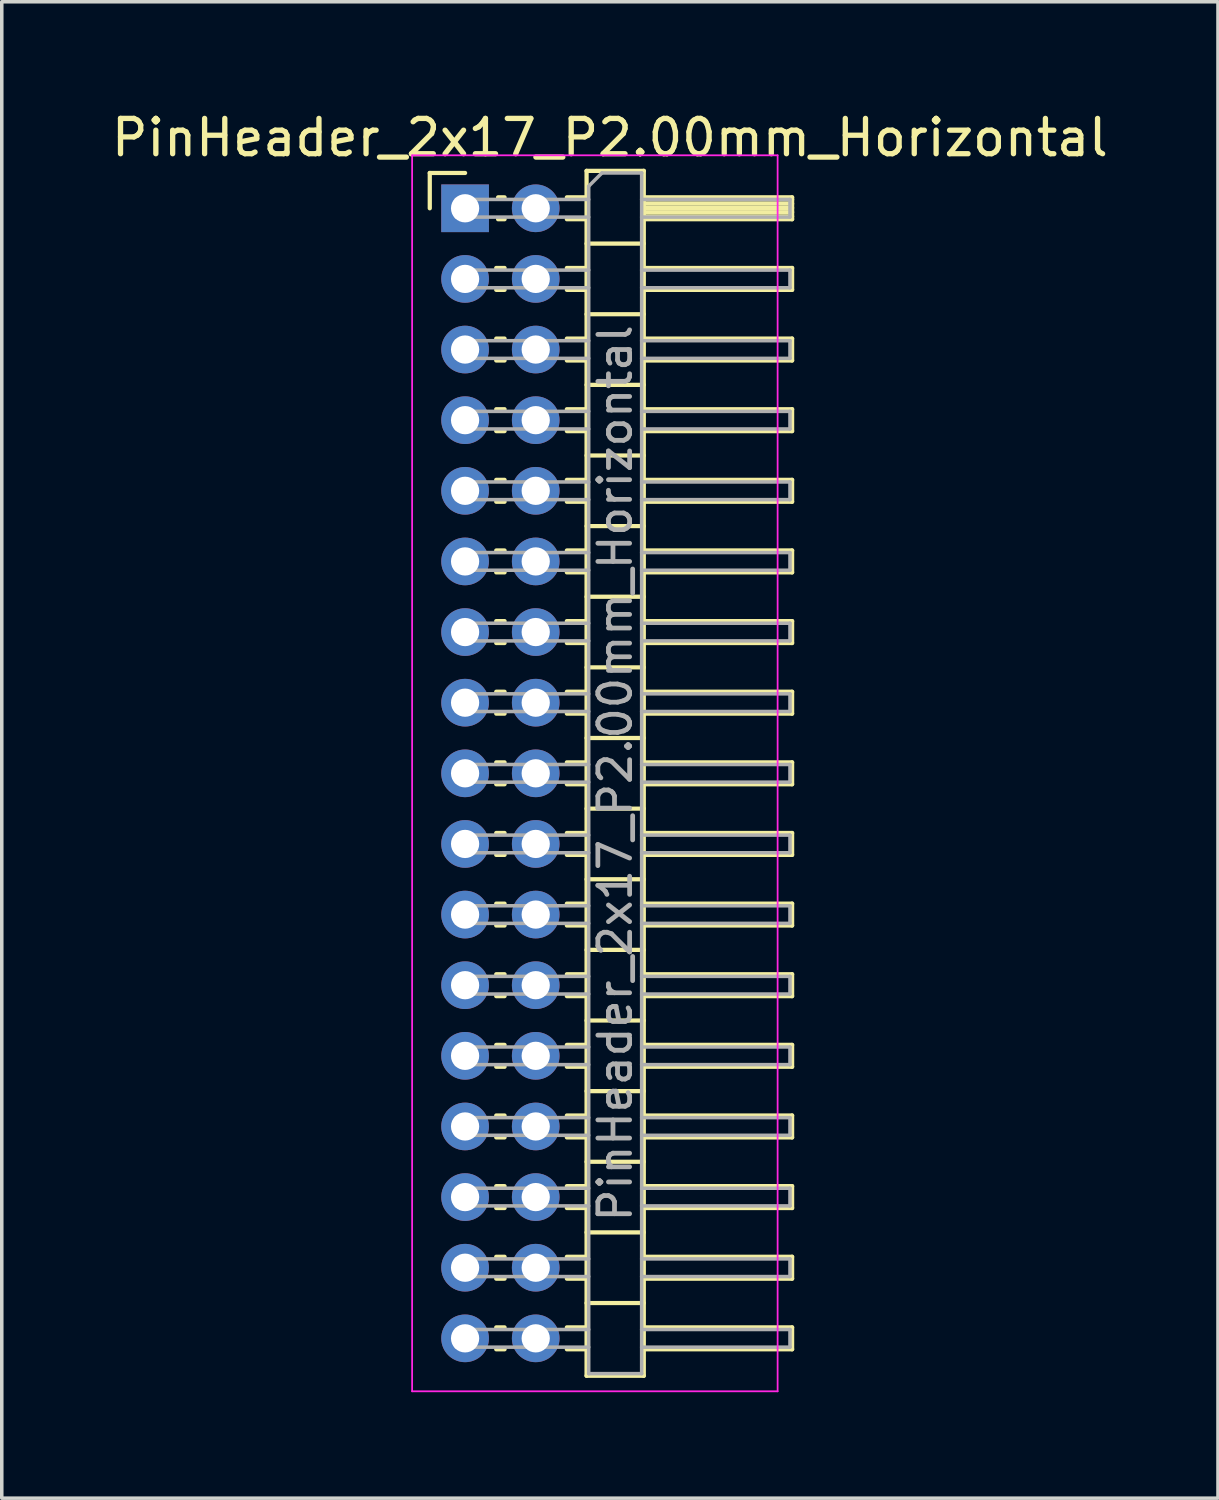
<source format=kicad_pcb>
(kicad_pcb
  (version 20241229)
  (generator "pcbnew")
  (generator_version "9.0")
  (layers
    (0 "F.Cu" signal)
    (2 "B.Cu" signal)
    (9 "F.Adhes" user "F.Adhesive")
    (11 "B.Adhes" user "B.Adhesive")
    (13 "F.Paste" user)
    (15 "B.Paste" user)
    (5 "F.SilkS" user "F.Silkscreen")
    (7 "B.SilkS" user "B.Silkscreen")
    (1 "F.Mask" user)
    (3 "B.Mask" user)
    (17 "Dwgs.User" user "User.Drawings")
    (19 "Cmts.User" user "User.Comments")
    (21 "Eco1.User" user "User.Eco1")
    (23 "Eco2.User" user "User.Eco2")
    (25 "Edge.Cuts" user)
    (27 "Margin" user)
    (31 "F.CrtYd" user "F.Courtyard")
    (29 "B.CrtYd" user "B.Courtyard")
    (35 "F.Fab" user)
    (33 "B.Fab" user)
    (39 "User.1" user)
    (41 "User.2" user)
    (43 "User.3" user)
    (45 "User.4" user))
  (footprint "PinHeader_2x17_P2.00mm_Horizontal"
    (layer "F.Cu")
    (at 10.12 2.848)
    (property "Reference" "PinHeader_2x17_P2.00mm_Horizontal" (at 4.1 -2 0) (layer "F.SilkS") (effects (font (size 1 1) (thickness 0.15))))
    (attr through_hole)
    (fp_line (start -1 -1) (end 0 -1) (stroke (width 0.12) (type solid)) (layer "F.SilkS"))
    (fp_line (start -1 0) (end -1 -1) (stroke (width 0.12) (type solid)) (layer "F.SilkS"))
    (fp_line (start 0.882 1.69) (end 1.118 1.69) (stroke (width 0.12) (type solid)) (layer "F.SilkS"))
    (fp_line (start 0.882 2.31) (end 1.118 2.31) (stroke (width 0.12) (type solid)) (layer "F.SilkS"))
    (fp_line (start 0.882 3.69) (end 1.118 3.69) (stroke (width 0.12) (type solid)) (layer "F.SilkS"))
    (fp_line (start 0.882 4.31) (end 1.118 4.31) (stroke (width 0.12) (type solid)) (layer "F.SilkS"))
    (fp_line (start 0.882 5.69) (end 1.118 5.69) (stroke (width 0.12) (type solid)) (layer "F.SilkS"))
    (fp_line (start 0.882 6.31) (end 1.118 6.31) (stroke (width 0.12) (type solid)) (layer "F.SilkS"))
    (fp_line (start 0.882 7.69) (end 1.118 7.69) (stroke (width 0.12) (type solid)) (layer "F.SilkS"))
    (fp_line (start 0.882 8.31) (end 1.118 8.31) (stroke (width 0.12) (type solid)) (layer "F.SilkS"))
    (fp_line (start 0.882 9.69) (end 1.118 9.69) (stroke (width 0.12) (type solid)) (layer "F.SilkS"))
    (fp_line (start 0.882 10.31) (end 1.118 10.31) (stroke (width 0.12) (type solid)) (layer "F.SilkS"))
    (fp_line (start 0.882 11.69) (end 1.118 11.69) (stroke (width 0.12) (type solid)) (layer "F.SilkS"))
    (fp_line (start 0.882 12.31) (end 1.118 12.31) (stroke (width 0.12) (type solid)) (layer "F.SilkS"))
    (fp_line (start 0.882 13.69) (end 1.118 13.69) (stroke (width 0.12) (type solid)) (layer "F.SilkS"))
    (fp_line (start 0.882 14.31) (end 1.118 14.31) (stroke (width 0.12) (type solid)) (layer "F.SilkS"))
    (fp_line (start 0.882 15.69) (end 1.118 15.69) (stroke (width 0.12) (type solid)) (layer "F.SilkS"))
    (fp_line (start 0.882 16.31) (end 1.118 16.31) (stroke (width 0.12) (type solid)) (layer "F.SilkS"))
    (fp_line (start 0.882 17.69) (end 1.118 17.69) (stroke (width 0.12) (type solid)) (layer "F.SilkS"))
    (fp_line (start 0.882 18.31) (end 1.118 18.31) (stroke (width 0.12) (type solid)) (layer "F.SilkS"))
    (fp_line (start 0.882 19.69) (end 1.118 19.69) (stroke (width 0.12) (type solid)) (layer "F.SilkS"))
    (fp_line (start 0.882 20.31) (end 1.118 20.31) (stroke (width 0.12) (type solid)) (layer "F.SilkS"))
    (fp_line (start 0.882 21.69) (end 1.118 21.69) (stroke (width 0.12) (type solid)) (layer "F.SilkS"))
    (fp_line (start 0.882 22.31) (end 1.118 22.31) (stroke (width 0.12) (type solid)) (layer "F.SilkS"))
    (fp_line (start 0.882 23.69) (end 1.118 23.69) (stroke (width 0.12) (type solid)) (layer "F.SilkS"))
    (fp_line (start 0.882 24.31) (end 1.118 24.31) (stroke (width 0.12) (type solid)) (layer "F.SilkS"))
    (fp_line (start 0.882 25.69) (end 1.118 25.69) (stroke (width 0.12) (type solid)) (layer "F.SilkS"))
    (fp_line (start 0.882 26.31) (end 1.118 26.31) (stroke (width 0.12) (type solid)) (layer "F.SilkS"))
    (fp_line (start 0.882 27.69) (end 1.118 27.69) (stroke (width 0.12) (type solid)) (layer "F.SilkS"))
    (fp_line (start 0.882 28.31) (end 1.118 28.31) (stroke (width 0.12) (type solid)) (layer "F.SilkS"))
    (fp_line (start 0.882 29.69) (end 1.118 29.69) (stroke (width 0.12) (type solid)) (layer "F.SilkS"))
    (fp_line (start 0.882 30.31) (end 1.118 30.31) (stroke (width 0.12) (type solid)) (layer "F.SilkS"))
    (fp_line (start 0.882 31.69) (end 1.118 31.69) (stroke (width 0.12) (type solid)) (layer "F.SilkS"))
    (fp_line (start 0.882 32.31) (end 1.118 32.31) (stroke (width 0.12) (type solid)) (layer "F.SilkS"))
    (fp_line (start 0.935 -0.31) (end 1.118 -0.31) (stroke (width 0.12) (type solid)) (layer "F.SilkS"))
    (fp_line (start 0.935 0.31) (end 1.118 0.31) (stroke (width 0.12) (type solid)) (layer "F.SilkS"))
    (fp_line (start 2.882 -0.31) (end 3.44 -0.31) (stroke (width 0.12) (type solid)) (layer "F.SilkS"))
    (fp_line (start 2.882 0.31) (end 3.44 0.31) (stroke (width 0.12) (type solid)) (layer "F.SilkS"))
    (fp_line (start 2.882 1.69) (end 3.44 1.69) (stroke (width 0.12) (type solid)) (layer "F.SilkS"))
    (fp_line (start 2.882 2.31) (end 3.44 2.31) (stroke (width 0.12) (type solid)) (layer "F.SilkS"))
    (fp_line (start 2.882 3.69) (end 3.44 3.69) (stroke (width 0.12) (type solid)) (layer "F.SilkS"))
    (fp_line (start 2.882 4.31) (end 3.44 4.31) (stroke (width 0.12) (type solid)) (layer "F.SilkS"))
    (fp_line (start 2.882 5.69) (end 3.44 5.69) (stroke (width 0.12) (type solid)) (layer "F.SilkS"))
    (fp_line (start 2.882 6.31) (end 3.44 6.31) (stroke (width 0.12) (type solid)) (layer "F.SilkS"))
    (fp_line (start 2.882 7.69) (end 3.44 7.69) (stroke (width 0.12) (type solid)) (layer "F.SilkS"))
    (fp_line (start 2.882 8.31) (end 3.44 8.31) (stroke (width 0.12) (type solid)) (layer "F.SilkS"))
    (fp_line (start 2.882 9.69) (end 3.44 9.69) (stroke (width 0.12) (type solid)) (layer "F.SilkS"))
    (fp_line (start 2.882 10.31) (end 3.44 10.31) (stroke (width 0.12) (type solid)) (layer "F.SilkS"))
    (fp_line (start 2.882 11.69) (end 3.44 11.69) (stroke (width 0.12) (type solid)) (layer "F.SilkS"))
    (fp_line (start 2.882 12.31) (end 3.44 12.31) (stroke (width 0.12) (type solid)) (layer "F.SilkS"))
    (fp_line (start 2.882 13.69) (end 3.44 13.69) (stroke (width 0.12) (type solid)) (layer "F.SilkS"))
    (fp_line (start 2.882 14.31) (end 3.44 14.31) (stroke (width 0.12) (type solid)) (layer "F.SilkS"))
    (fp_line (start 2.882 15.69) (end 3.44 15.69) (stroke (width 0.12) (type solid)) (layer "F.SilkS"))
    (fp_line (start 2.882 16.31) (end 3.44 16.31) (stroke (width 0.12) (type solid)) (layer "F.SilkS"))
    (fp_line (start 2.882 17.69) (end 3.44 17.69) (stroke (width 0.12) (type solid)) (layer "F.SilkS"))
    (fp_line (start 2.882 18.31) (end 3.44 18.31) (stroke (width 0.12) (type solid)) (layer "F.SilkS"))
    (fp_line (start 2.882 19.69) (end 3.44 19.69) (stroke (width 0.12) (type solid)) (layer "F.SilkS"))
    (fp_line (start 2.882 20.31) (end 3.44 20.31) (stroke (width 0.12) (type solid)) (layer "F.SilkS"))
    (fp_line (start 2.882 21.69) (end 3.44 21.69) (stroke (width 0.12) (type solid)) (layer "F.SilkS"))
    (fp_line (start 2.882 22.31) (end 3.44 22.31) (stroke (width 0.12) (type solid)) (layer "F.SilkS"))
    (fp_line (start 2.882 23.69) (end 3.44 23.69) (stroke (width 0.12) (type solid)) (layer "F.SilkS"))
    (fp_line (start 2.882 24.31) (end 3.44 24.31) (stroke (width 0.12) (type solid)) (layer "F.SilkS"))
    (fp_line (start 2.882 25.69) (end 3.44 25.69) (stroke (width 0.12) (type solid)) (layer "F.SilkS"))
    (fp_line (start 2.882 26.31) (end 3.44 26.31) (stroke (width 0.12) (type solid)) (layer "F.SilkS"))
    (fp_line (start 2.882 27.69) (end 3.44 27.69) (stroke (width 0.12) (type solid)) (layer "F.SilkS"))
    (fp_line (start 2.882 28.31) (end 3.44 28.31) (stroke (width 0.12) (type solid)) (layer "F.SilkS"))
    (fp_line (start 2.882 29.69) (end 3.44 29.69) (stroke (width 0.12) (type solid)) (layer "F.SilkS"))
    (fp_line (start 2.882 30.31) (end 3.44 30.31) (stroke (width 0.12) (type solid)) (layer "F.SilkS"))
    (fp_line (start 2.882 31.69) (end 3.44 31.69) (stroke (width 0.12) (type solid)) (layer "F.SilkS"))
    (fp_line (start 2.882 32.31) (end 3.44 32.31) (stroke (width 0.12) (type solid)) (layer "F.SilkS"))
    (fp_line (start 3.44 -1.06) (end 3.44 33.06) (stroke (width 0.12) (type solid)) (layer "F.SilkS"))
    (fp_line (start 3.44 1) (end 5.06 1) (stroke (width 0.12) (type solid)) (layer "F.SilkS"))
    (fp_line (start 3.44 3) (end 5.06 3) (stroke (width 0.12) (type solid)) (layer "F.SilkS"))
    (fp_line (start 3.44 5) (end 5.06 5) (stroke (width 0.12) (type solid)) (layer "F.SilkS"))
    (fp_line (start 3.44 7) (end 5.06 7) (stroke (width 0.12) (type solid)) (layer "F.SilkS"))
    (fp_line (start 3.44 9) (end 5.06 9) (stroke (width 0.12) (type solid)) (layer "F.SilkS"))
    (fp_line (start 3.44 11) (end 5.06 11) (stroke (width 0.12) (type solid)) (layer "F.SilkS"))
    (fp_line (start 3.44 13) (end 5.06 13) (stroke (width 0.12) (type solid)) (layer "F.SilkS"))
    (fp_line (start 3.44 15) (end 5.06 15) (stroke (width 0.12) (type solid)) (layer "F.SilkS"))
    (fp_line (start 3.44 17) (end 5.06 17) (stroke (width 0.12) (type solid)) (layer "F.SilkS"))
    (fp_line (start 3.44 19) (end 5.06 19) (stroke (width 0.12) (type solid)) (layer "F.SilkS"))
    (fp_line (start 3.44 21) (end 5.06 21) (stroke (width 0.12) (type solid)) (layer "F.SilkS"))
    (fp_line (start 3.44 23) (end 5.06 23) (stroke (width 0.12) (type solid)) (layer "F.SilkS"))
    (fp_line (start 3.44 25) (end 5.06 25) (stroke (width 0.12) (type solid)) (layer "F.SilkS"))
    (fp_line (start 3.44 27) (end 5.06 27) (stroke (width 0.12) (type solid)) (layer "F.SilkS"))
    (fp_line (start 3.44 29) (end 5.06 29) (stroke (width 0.12) (type solid)) (layer "F.SilkS"))
    (fp_line (start 3.44 31) (end 5.06 31) (stroke (width 0.12) (type solid)) (layer "F.SilkS"))
    (fp_line (start 3.44 33.06) (end 5.06 33.06) (stroke (width 0.12) (type solid)) (layer "F.SilkS"))
    (fp_line (start 5.06 -1.06) (end 3.44 -1.06) (stroke (width 0.12) (type solid)) (layer "F.SilkS"))
    (fp_line (start 5.06 -0.31) (end 9.26 -0.31) (stroke (width 0.12) (type solid)) (layer "F.SilkS"))
    (fp_line (start 5.06 -0.25) (end 9.26 -0.25) (stroke (width 0.12) (type solid)) (layer "F.SilkS"))
    (fp_line (start 5.06 -0.13) (end 9.26 -0.13) (stroke (width 0.12) (type solid)) (layer "F.SilkS"))
    (fp_line (start 5.06 -0.01) (end 9.26 -0.01) (stroke (width 0.12) (type solid)) (layer "F.SilkS"))
    (fp_line (start 5.06 0.11) (end 9.26 0.11) (stroke (width 0.12) (type solid)) (layer "F.SilkS"))
    (fp_line (start 5.06 0.23) (end 9.26 0.23) (stroke (width 0.12) (type solid)) (layer "F.SilkS"))
    (fp_line (start 5.06 1.69) (end 9.26 1.69) (stroke (width 0.12) (type solid)) (layer "F.SilkS"))
    (fp_line (start 5.06 3.69) (end 9.26 3.69) (stroke (width 0.12) (type solid)) (layer "F.SilkS"))
    (fp_line (start 5.06 5.69) (end 9.26 5.69) (stroke (width 0.12) (type solid)) (layer "F.SilkS"))
    (fp_line (start 5.06 7.69) (end 9.26 7.69) (stroke (width 0.12) (type solid)) (layer "F.SilkS"))
    (fp_line (start 5.06 9.69) (end 9.26 9.69) (stroke (width 0.12) (type solid)) (layer "F.SilkS"))
    (fp_line (start 5.06 11.69) (end 9.26 11.69) (stroke (width 0.12) (type solid)) (layer "F.SilkS"))
    (fp_line (start 5.06 13.69) (end 9.26 13.69) (stroke (width 0.12) (type solid)) (layer "F.SilkS"))
    (fp_line (start 5.06 15.69) (end 9.26 15.69) (stroke (width 0.12) (type solid)) (layer "F.SilkS"))
    (fp_line (start 5.06 17.69) (end 9.26 17.69) (stroke (width 0.12) (type solid)) (layer "F.SilkS"))
    (fp_line (start 5.06 19.69) (end 9.26 19.69) (stroke (width 0.12) (type solid)) (layer "F.SilkS"))
    (fp_line (start 5.06 21.69) (end 9.26 21.69) (stroke (width 0.12) (type solid)) (layer "F.SilkS"))
    (fp_line (start 5.06 23.69) (end 9.26 23.69) (stroke (width 0.12) (type solid)) (layer "F.SilkS"))
    (fp_line (start 5.06 25.69) (end 9.26 25.69) (stroke (width 0.12) (type solid)) (layer "F.SilkS"))
    (fp_line (start 5.06 27.69) (end 9.26 27.69) (stroke (width 0.12) (type solid)) (layer "F.SilkS"))
    (fp_line (start 5.06 29.69) (end 9.26 29.69) (stroke (width 0.12) (type solid)) (layer "F.SilkS"))
    (fp_line (start 5.06 31.69) (end 9.26 31.69) (stroke (width 0.12) (type solid)) (layer "F.SilkS"))
    (fp_line (start 5.06 33.06) (end 5.06 -1.06) (stroke (width 0.12) (type solid)) (layer "F.SilkS"))
    (fp_line (start 9.26 -0.31) (end 9.26 0.31) (stroke (width 0.12) (type solid)) (layer "F.SilkS"))
    (fp_line (start 9.26 0.31) (end 5.06 0.31) (stroke (width 0.12) (type solid)) (layer "F.SilkS"))
    (fp_line (start 9.26 1.69) (end 9.26 2.31) (stroke (width 0.12) (type solid)) (layer "F.SilkS"))
    (fp_line (start 9.26 2.31) (end 5.06 2.31) (stroke (width 0.12) (type solid)) (layer "F.SilkS"))
    (fp_line (start 9.26 3.69) (end 9.26 4.31) (stroke (width 0.12) (type solid)) (layer "F.SilkS"))
    (fp_line (start 9.26 4.31) (end 5.06 4.31) (stroke (width 0.12) (type solid)) (layer "F.SilkS"))
    (fp_line (start 9.26 5.69) (end 9.26 6.31) (stroke (width 0.12) (type solid)) (layer "F.SilkS"))
    (fp_line (start 9.26 6.31) (end 5.06 6.31) (stroke (width 0.12) (type solid)) (layer "F.SilkS"))
    (fp_line (start 9.26 7.69) (end 9.26 8.31) (stroke (width 0.12) (type solid)) (layer "F.SilkS"))
    (fp_line (start 9.26 8.31) (end 5.06 8.31) (stroke (width 0.12) (type solid)) (layer "F.SilkS"))
    (fp_line (start 9.26 9.69) (end 9.26 10.31) (stroke (width 0.12) (type solid)) (layer "F.SilkS"))
    (fp_line (start 9.26 10.31) (end 5.06 10.31) (stroke (width 0.12) (type solid)) (layer "F.SilkS"))
    (fp_line (start 9.26 11.69) (end 9.26 12.31) (stroke (width 0.12) (type solid)) (layer "F.SilkS"))
    (fp_line (start 9.26 12.31) (end 5.06 12.31) (stroke (width 0.12) (type solid)) (layer "F.SilkS"))
    (fp_line (start 9.26 13.69) (end 9.26 14.31) (stroke (width 0.12) (type solid)) (layer "F.SilkS"))
    (fp_line (start 9.26 14.31) (end 5.06 14.31) (stroke (width 0.12) (type solid)) (layer "F.SilkS"))
    (fp_line (start 9.26 15.69) (end 9.26 16.31) (stroke (width 0.12) (type solid)) (layer "F.SilkS"))
    (fp_line (start 9.26 16.31) (end 5.06 16.31) (stroke (width 0.12) (type solid)) (layer "F.SilkS"))
    (fp_line (start 9.26 17.69) (end 9.26 18.31) (stroke (width 0.12) (type solid)) (layer "F.SilkS"))
    (fp_line (start 9.26 18.31) (end 5.06 18.31) (stroke (width 0.12) (type solid)) (layer "F.SilkS"))
    (fp_line (start 9.26 19.69) (end 9.26 20.31) (stroke (width 0.12) (type solid)) (layer "F.SilkS"))
    (fp_line (start 9.26 20.31) (end 5.06 20.31) (stroke (width 0.12) (type solid)) (layer "F.SilkS"))
    (fp_line (start 9.26 21.69) (end 9.26 22.31) (stroke (width 0.12) (type solid)) (layer "F.SilkS"))
    (fp_line (start 9.26 22.31) (end 5.06 22.31) (stroke (width 0.12) (type solid)) (layer "F.SilkS"))
    (fp_line (start 9.26 23.69) (end 9.26 24.31) (stroke (width 0.12) (type solid)) (layer "F.SilkS"))
    (fp_line (start 9.26 24.31) (end 5.06 24.31) (stroke (width 0.12) (type solid)) (layer "F.SilkS"))
    (fp_line (start 9.26 25.69) (end 9.26 26.31) (stroke (width 0.12) (type solid)) (layer "F.SilkS"))
    (fp_line (start 9.26 26.31) (end 5.06 26.31) (stroke (width 0.12) (type solid)) (layer "F.SilkS"))
    (fp_line (start 9.26 27.69) (end 9.26 28.31) (stroke (width 0.12) (type solid)) (layer "F.SilkS"))
    (fp_line (start 9.26 28.31) (end 5.06 28.31) (stroke (width 0.12) (type solid)) (layer "F.SilkS"))
    (fp_line (start 9.26 29.69) (end 9.26 30.31) (stroke (width 0.12) (type solid)) (layer "F.SilkS"))
    (fp_line (start 9.26 30.31) (end 5.06 30.31) (stroke (width 0.12) (type solid)) (layer "F.SilkS"))
    (fp_line (start 9.26 31.69) (end 9.26 32.31) (stroke (width 0.12) (type solid)) (layer "F.SilkS"))
    (fp_line (start 9.26 32.31) (end 5.06 32.31) (stroke (width 0.12) (type solid)) (layer "F.SilkS"))
    (fp_line (start -1.5 -1.5) (end -1.5 33.5) (stroke (width 0.05) (type solid)) (layer "F.CrtYd"))
    (fp_line (start -1.5 33.5) (end 8.85 33.5) (stroke (width 0.05) (type solid)) (layer "F.CrtYd"))
    (fp_line (start 8.85 -1.5) (end -1.5 -1.5) (stroke (width 0.05) (type solid)) (layer "F.CrtYd"))
    (fp_line (start 8.85 33.5) (end 8.85 -1.5) (stroke (width 0.05) (type solid)) (layer "F.CrtYd"))
    (fp_line (start -0.25 -0.25) (end -0.25 0.25) (stroke (width 0.1) (type solid)) (layer "F.Fab"))
    (fp_line (start -0.25 -0.25) (end 3.5 -0.25) (stroke (width 0.1) (type solid)) (layer "F.Fab"))
    (fp_line (start -0.25 0.25) (end 3.5 0.25) (stroke (width 0.1) (type solid)) (layer "F.Fab"))
    (fp_line (start -0.25 1.75) (end -0.25 2.25) (stroke (width 0.1) (type solid)) (layer "F.Fab"))
    (fp_line (start -0.25 1.75) (end 3.5 1.75) (stroke (width 0.1) (type solid)) (layer "F.Fab"))
    (fp_line (start -0.25 2.25) (end 3.5 2.25) (stroke (width 0.1) (type solid)) (layer "F.Fab"))
    (fp_line (start -0.25 3.75) (end -0.25 4.25) (stroke (width 0.1) (type solid)) (layer "F.Fab"))
    (fp_line (start -0.25 3.75) (end 3.5 3.75) (stroke (width 0.1) (type solid)) (layer "F.Fab"))
    (fp_line (start -0.25 4.25) (end 3.5 4.25) (stroke (width 0.1) (type solid)) (layer "F.Fab"))
    (fp_line (start -0.25 5.75) (end -0.25 6.25) (stroke (width 0.1) (type solid)) (layer "F.Fab"))
    (fp_line (start -0.25 5.75) (end 3.5 5.75) (stroke (width 0.1) (type solid)) (layer "F.Fab"))
    (fp_line (start -0.25 6.25) (end 3.5 6.25) (stroke (width 0.1) (type solid)) (layer "F.Fab"))
    (fp_line (start -0.25 7.75) (end -0.25 8.25) (stroke (width 0.1) (type solid)) (layer "F.Fab"))
    (fp_line (start -0.25 7.75) (end 3.5 7.75) (stroke (width 0.1) (type solid)) (layer "F.Fab"))
    (fp_line (start -0.25 8.25) (end 3.5 8.25) (stroke (width 0.1) (type solid)) (layer "F.Fab"))
    (fp_line (start -0.25 9.75) (end -0.25 10.25) (stroke (width 0.1) (type solid)) (layer "F.Fab"))
    (fp_line (start -0.25 9.75) (end 3.5 9.75) (stroke (width 0.1) (type solid)) (layer "F.Fab"))
    (fp_line (start -0.25 10.25) (end 3.5 10.25) (stroke (width 0.1) (type solid)) (layer "F.Fab"))
    (fp_line (start -0.25 11.75) (end -0.25 12.25) (stroke (width 0.1) (type solid)) (layer "F.Fab"))
    (fp_line (start -0.25 11.75) (end 3.5 11.75) (stroke (width 0.1) (type solid)) (layer "F.Fab"))
    (fp_line (start -0.25 12.25) (end 3.5 12.25) (stroke (width 0.1) (type solid)) (layer "F.Fab"))
    (fp_line (start -0.25 13.75) (end -0.25 14.25) (stroke (width 0.1) (type solid)) (layer "F.Fab"))
    (fp_line (start -0.25 13.75) (end 3.5 13.75) (stroke (width 0.1) (type solid)) (layer "F.Fab"))
    (fp_line (start -0.25 14.25) (end 3.5 14.25) (stroke (width 0.1) (type solid)) (layer "F.Fab"))
    (fp_line (start -0.25 15.75) (end -0.25 16.25) (stroke (width 0.1) (type solid)) (layer "F.Fab"))
    (fp_line (start -0.25 15.75) (end 3.5 15.75) (stroke (width 0.1) (type solid)) (layer "F.Fab"))
    (fp_line (start -0.25 16.25) (end 3.5 16.25) (stroke (width 0.1) (type solid)) (layer "F.Fab"))
    (fp_line (start -0.25 17.75) (end -0.25 18.25) (stroke (width 0.1) (type solid)) (layer "F.Fab"))
    (fp_line (start -0.25 17.75) (end 3.5 17.75) (stroke (width 0.1) (type solid)) (layer "F.Fab"))
    (fp_line (start -0.25 18.25) (end 3.5 18.25) (stroke (width 0.1) (type solid)) (layer "F.Fab"))
    (fp_line (start -0.25 19.75) (end -0.25 20.25) (stroke (width 0.1) (type solid)) (layer "F.Fab"))
    (fp_line (start -0.25 19.75) (end 3.5 19.75) (stroke (width 0.1) (type solid)) (layer "F.Fab"))
    (fp_line (start -0.25 20.25) (end 3.5 20.25) (stroke (width 0.1) (type solid)) (layer "F.Fab"))
    (fp_line (start -0.25 21.75) (end -0.25 22.25) (stroke (width 0.1) (type solid)) (layer "F.Fab"))
    (fp_line (start -0.25 21.75) (end 3.5 21.75) (stroke (width 0.1) (type solid)) (layer "F.Fab"))
    (fp_line (start -0.25 22.25) (end 3.5 22.25) (stroke (width 0.1) (type solid)) (layer "F.Fab"))
    (fp_line (start -0.25 23.75) (end -0.25 24.25) (stroke (width 0.1) (type solid)) (layer "F.Fab"))
    (fp_line (start -0.25 23.75) (end 3.5 23.75) (stroke (width 0.1) (type solid)) (layer "F.Fab"))
    (fp_line (start -0.25 24.25) (end 3.5 24.25) (stroke (width 0.1) (type solid)) (layer "F.Fab"))
    (fp_line (start -0.25 25.75) (end -0.25 26.25) (stroke (width 0.1) (type solid)) (layer "F.Fab"))
    (fp_line (start -0.25 25.75) (end 3.5 25.75) (stroke (width 0.1) (type solid)) (layer "F.Fab"))
    (fp_line (start -0.25 26.25) (end 3.5 26.25) (stroke (width 0.1) (type solid)) (layer "F.Fab"))
    (fp_line (start -0.25 27.75) (end -0.25 28.25) (stroke (width 0.1) (type solid)) (layer "F.Fab"))
    (fp_line (start -0.25 27.75) (end 3.5 27.75) (stroke (width 0.1) (type solid)) (layer "F.Fab"))
    (fp_line (start -0.25 28.25) (end 3.5 28.25) (stroke (width 0.1) (type solid)) (layer "F.Fab"))
    (fp_line (start -0.25 29.75) (end -0.25 30.25) (stroke (width 0.1) (type solid)) (layer "F.Fab"))
    (fp_line (start -0.25 29.75) (end 3.5 29.75) (stroke (width 0.1) (type solid)) (layer "F.Fab"))
    (fp_line (start -0.25 30.25) (end 3.5 30.25) (stroke (width 0.1) (type solid)) (layer "F.Fab"))
    (fp_line (start -0.25 31.75) (end -0.25 32.25) (stroke (width 0.1) (type solid)) (layer "F.Fab"))
    (fp_line (start -0.25 31.75) (end 3.5 31.75) (stroke (width 0.1) (type solid)) (layer "F.Fab"))
    (fp_line (start -0.25 32.25) (end 3.5 32.25) (stroke (width 0.1) (type solid)) (layer "F.Fab"))
    (fp_line (start 3.5 -0.625) (end 3.875 -1) (stroke (width 0.1) (type solid)) (layer "F.Fab"))
    (fp_line (start 3.5 33) (end 3.5 -0.625) (stroke (width 0.1) (type solid)) (layer "F.Fab"))
    (fp_line (start 3.875 -1) (end 5 -1) (stroke (width 0.1) (type solid)) (layer "F.Fab"))
    (fp_line (start 5 -1) (end 5 33) (stroke (width 0.1) (type solid)) (layer "F.Fab"))
    (fp_line (start 5 -0.25) (end 9.2 -0.25) (stroke (width 0.1) (type solid)) (layer "F.Fab"))
    (fp_line (start 5 0.25) (end 9.2 0.25) (stroke (width 0.1) (type solid)) (layer "F.Fab"))
    (fp_line (start 5 1.75) (end 9.2 1.75) (stroke (width 0.1) (type solid)) (layer "F.Fab"))
    (fp_line (start 5 2.25) (end 9.2 2.25) (stroke (width 0.1) (type solid)) (layer "F.Fab"))
    (fp_line (start 5 3.75) (end 9.2 3.75) (stroke (width 0.1) (type solid)) (layer "F.Fab"))
    (fp_line (start 5 4.25) (end 9.2 4.25) (stroke (width 0.1) (type solid)) (layer "F.Fab"))
    (fp_line (start 5 5.75) (end 9.2 5.75) (stroke (width 0.1) (type solid)) (layer "F.Fab"))
    (fp_line (start 5 6.25) (end 9.2 6.25) (stroke (width 0.1) (type solid)) (layer "F.Fab"))
    (fp_line (start 5 7.75) (end 9.2 7.75) (stroke (width 0.1) (type solid)) (layer "F.Fab"))
    (fp_line (start 5 8.25) (end 9.2 8.25) (stroke (width 0.1) (type solid)) (layer "F.Fab"))
    (fp_line (start 5 9.75) (end 9.2 9.75) (stroke (width 0.1) (type solid)) (layer "F.Fab"))
    (fp_line (start 5 10.25) (end 9.2 10.25) (stroke (width 0.1) (type solid)) (layer "F.Fab"))
    (fp_line (start 5 11.75) (end 9.2 11.75) (stroke (width 0.1) (type solid)) (layer "F.Fab"))
    (fp_line (start 5 12.25) (end 9.2 12.25) (stroke (width 0.1) (type solid)) (layer "F.Fab"))
    (fp_line (start 5 13.75) (end 9.2 13.75) (stroke (width 0.1) (type solid)) (layer "F.Fab"))
    (fp_line (start 5 14.25) (end 9.2 14.25) (stroke (width 0.1) (type solid)) (layer "F.Fab"))
    (fp_line (start 5 15.75) (end 9.2 15.75) (stroke (width 0.1) (type solid)) (layer "F.Fab"))
    (fp_line (start 5 16.25) (end 9.2 16.25) (stroke (width 0.1) (type solid)) (layer "F.Fab"))
    (fp_line (start 5 17.75) (end 9.2 17.75) (stroke (width 0.1) (type solid)) (layer "F.Fab"))
    (fp_line (start 5 18.25) (end 9.2 18.25) (stroke (width 0.1) (type solid)) (layer "F.Fab"))
    (fp_line (start 5 19.75) (end 9.2 19.75) (stroke (width 0.1) (type solid)) (layer "F.Fab"))
    (fp_line (start 5 20.25) (end 9.2 20.25) (stroke (width 0.1) (type solid)) (layer "F.Fab"))
    (fp_line (start 5 21.75) (end 9.2 21.75) (stroke (width 0.1) (type solid)) (layer "F.Fab"))
    (fp_line (start 5 22.25) (end 9.2 22.25) (stroke (width 0.1) (type solid)) (layer "F.Fab"))
    (fp_line (start 5 23.75) (end 9.2 23.75) (stroke (width 0.1) (type solid)) (layer "F.Fab"))
    (fp_line (start 5 24.25) (end 9.2 24.25) (stroke (width 0.1) (type solid)) (layer "F.Fab"))
    (fp_line (start 5 25.75) (end 9.2 25.75) (stroke (width 0.1) (type solid)) (layer "F.Fab"))
    (fp_line (start 5 26.25) (end 9.2 26.25) (stroke (width 0.1) (type solid)) (layer "F.Fab"))
    (fp_line (start 5 27.75) (end 9.2 27.75) (stroke (width 0.1) (type solid)) (layer "F.Fab"))
    (fp_line (start 5 28.25) (end 9.2 28.25) (stroke (width 0.1) (type solid)) (layer "F.Fab"))
    (fp_line (start 5 29.75) (end 9.2 29.75) (stroke (width 0.1) (type solid)) (layer "F.Fab"))
    (fp_line (start 5 30.25) (end 9.2 30.25) (stroke (width 0.1) (type solid)) (layer "F.Fab"))
    (fp_line (start 5 31.75) (end 9.2 31.75) (stroke (width 0.1) (type solid)) (layer "F.Fab"))
    (fp_line (start 5 32.25) (end 9.2 32.25) (stroke (width 0.1) (type solid)) (layer "F.Fab"))
    (fp_line (start 5 33) (end 3.5 33) (stroke (width 0.1) (type solid)) (layer "F.Fab"))
    (fp_line (start 9.2 -0.25) (end 9.2 0.25) (stroke (width 0.1) (type solid)) (layer "F.Fab"))
    (fp_line (start 9.2 1.75) (end 9.2 2.25) (stroke (width 0.1) (type solid)) (layer "F.Fab"))
    (fp_line (start 9.2 3.75) (end 9.2 4.25) (stroke (width 0.1) (type solid)) (layer "F.Fab"))
    (fp_line (start 9.2 5.75) (end 9.2 6.25) (stroke (width 0.1) (type solid)) (layer "F.Fab"))
    (fp_line (start 9.2 7.75) (end 9.2 8.25) (stroke (width 0.1) (type solid)) (layer "F.Fab"))
    (fp_line (start 9.2 9.75) (end 9.2 10.25) (stroke (width 0.1) (type solid)) (layer "F.Fab"))
    (fp_line (start 9.2 11.75) (end 9.2 12.25) (stroke (width 0.1) (type solid)) (layer "F.Fab"))
    (fp_line (start 9.2 13.75) (end 9.2 14.25) (stroke (width 0.1) (type solid)) (layer "F.Fab"))
    (fp_line (start 9.2 15.75) (end 9.2 16.25) (stroke (width 0.1) (type solid)) (layer "F.Fab"))
    (fp_line (start 9.2 17.75) (end 9.2 18.25) (stroke (width 0.1) (type solid)) (layer "F.Fab"))
    (fp_line (start 9.2 19.75) (end 9.2 20.25) (stroke (width 0.1) (type solid)) (layer "F.Fab"))
    (fp_line (start 9.2 21.75) (end 9.2 22.25) (stroke (width 0.1) (type solid)) (layer "F.Fab"))
    (fp_line (start 9.2 23.75) (end 9.2 24.25) (stroke (width 0.1) (type solid)) (layer "F.Fab"))
    (fp_line (start 9.2 25.75) (end 9.2 26.25) (stroke (width 0.1) (type solid)) (layer "F.Fab"))
    (fp_line (start 9.2 27.75) (end 9.2 28.25) (stroke (width 0.1) (type solid)) (layer "F.Fab"))
    (fp_line (start 9.2 29.75) (end 9.2 30.25) (stroke (width 0.1) (type solid)) (layer "F.Fab"))
    (fp_line (start 9.2 31.75) (end 9.2 32.25) (stroke (width 0.1) (type solid)) (layer "F.Fab"))
    (fp_text user "${REFERENCE}" (at 4.25 16 90) (layer "F.Fab") (effects (font (size 0.9 0.9) (thickness 0.135))))
    (pad "1" thru_hole rect (at 0 0) (size 1.35 1.35) (drill 0.8) (layers "*.Cu" "*.Mask"))
    (pad "2" thru_hole oval (at 2 0) (size 1.35 1.35) (drill 0.8) (layers "*.Cu" "*.Mask"))
    (pad "3" thru_hole oval (at 0 2) (size 1.35 1.35) (drill 0.8) (layers "*.Cu" "*.Mask"))
    (pad "4" thru_hole oval (at 2 2) (size 1.35 1.35) (drill 0.8) (layers "*.Cu" "*.Mask"))
    (pad "5" thru_hole oval (at 0 4) (size 1.35 1.35) (drill 0.8) (layers "*.Cu" "*.Mask"))
    (pad "6" thru_hole oval (at 2 4) (size 1.35 1.35) (drill 0.8) (layers "*.Cu" "*.Mask"))
    (pad "7" thru_hole oval (at 0 6) (size 1.35 1.35) (drill 0.8) (layers "*.Cu" "*.Mask"))
    (pad "8" thru_hole oval (at 2 6) (size 1.35 1.35) (drill 0.8) (layers "*.Cu" "*.Mask"))
    (pad "9" thru_hole oval (at 0 8) (size 1.35 1.35) (drill 0.8) (layers "*.Cu" "*.Mask"))
    (pad "10" thru_hole oval (at 2 8) (size 1.35 1.35) (drill 0.8) (layers "*.Cu" "*.Mask"))
    (pad "11" thru_hole oval (at 0 10) (size 1.35 1.35) (drill 0.8) (layers "*.Cu" "*.Mask"))
    (pad "12" thru_hole oval (at 2 10) (size 1.35 1.35) (drill 0.8) (layers "*.Cu" "*.Mask"))
    (pad "13" thru_hole oval (at 0 12) (size 1.35 1.35) (drill 0.8) (layers "*.Cu" "*.Mask"))
    (pad "14" thru_hole oval (at 2 12) (size 1.35 1.35) (drill 0.8) (layers "*.Cu" "*.Mask"))
    (pad "15" thru_hole oval (at 0 14) (size 1.35 1.35) (drill 0.8) (layers "*.Cu" "*.Mask"))
    (pad "16" thru_hole oval (at 2 14) (size 1.35 1.35) (drill 0.8) (layers "*.Cu" "*.Mask"))
    (pad "17" thru_hole oval (at 0 16) (size 1.35 1.35) (drill 0.8) (layers "*.Cu" "*.Mask"))
    (pad "18" thru_hole oval (at 2 16) (size 1.35 1.35) (drill 0.8) (layers "*.Cu" "*.Mask"))
    (pad "19" thru_hole oval (at 0 18) (size 1.35 1.35) (drill 0.8) (layers "*.Cu" "*.Mask"))
    (pad "20" thru_hole oval (at 2 18) (size 1.35 1.35) (drill 0.8) (layers "*.Cu" "*.Mask"))
    (pad "21" thru_hole oval (at 0 20) (size 1.35 1.35) (drill 0.8) (layers "*.Cu" "*.Mask"))
    (pad "22" thru_hole oval (at 2 20) (size 1.35 1.35) (drill 0.8) (layers "*.Cu" "*.Mask"))
    (pad "23" thru_hole oval (at 0 22) (size 1.35 1.35) (drill 0.8) (layers "*.Cu" "*.Mask"))
    (pad "24" thru_hole oval (at 2 22) (size 1.35 1.35) (drill 0.8) (layers "*.Cu" "*.Mask"))
    (pad "25" thru_hole oval (at 0 24) (size 1.35 1.35) (drill 0.8) (layers "*.Cu" "*.Mask"))
    (pad "26" thru_hole oval (at 2 24) (size 1.35 1.35) (drill 0.8) (layers "*.Cu" "*.Mask"))
    (pad "27" thru_hole oval (at 0 26) (size 1.35 1.35) (drill 0.8) (layers "*.Cu" "*.Mask"))
    (pad "28" thru_hole oval (at 2 26) (size 1.35 1.35) (drill 0.8) (layers "*.Cu" "*.Mask"))
    (pad "29" thru_hole oval (at 0 28) (size 1.35 1.35) (drill 0.8) (layers "*.Cu" "*.Mask"))
    (pad "30" thru_hole oval (at 2 28) (size 1.35 1.35) (drill 0.8) (layers "*.Cu" "*.Mask"))
    (pad "31" thru_hole oval (at 0 30) (size 1.35 1.35) (drill 0.8) (layers "*.Cu" "*.Mask"))
    (pad "32" thru_hole oval (at 2 30) (size 1.35 1.35) (drill 0.8) (layers "*.Cu" "*.Mask"))
    (pad "33" thru_hole oval (at 0 32) (size 1.35 1.35) (drill 0.8) (layers "*.Cu" "*.Mask"))
    (pad "34" thru_hole oval (at 2 32) (size 1.35 1.35) (drill 0.8) (layers "*.Cu" "*.Mask")))
  (gr_rect
    (start -3 -3)
    (end 31.44 39.373)
    (stroke (width 0.1) (type default))
    (fill no)
    (layer "Edge.Cuts")))
</source>
